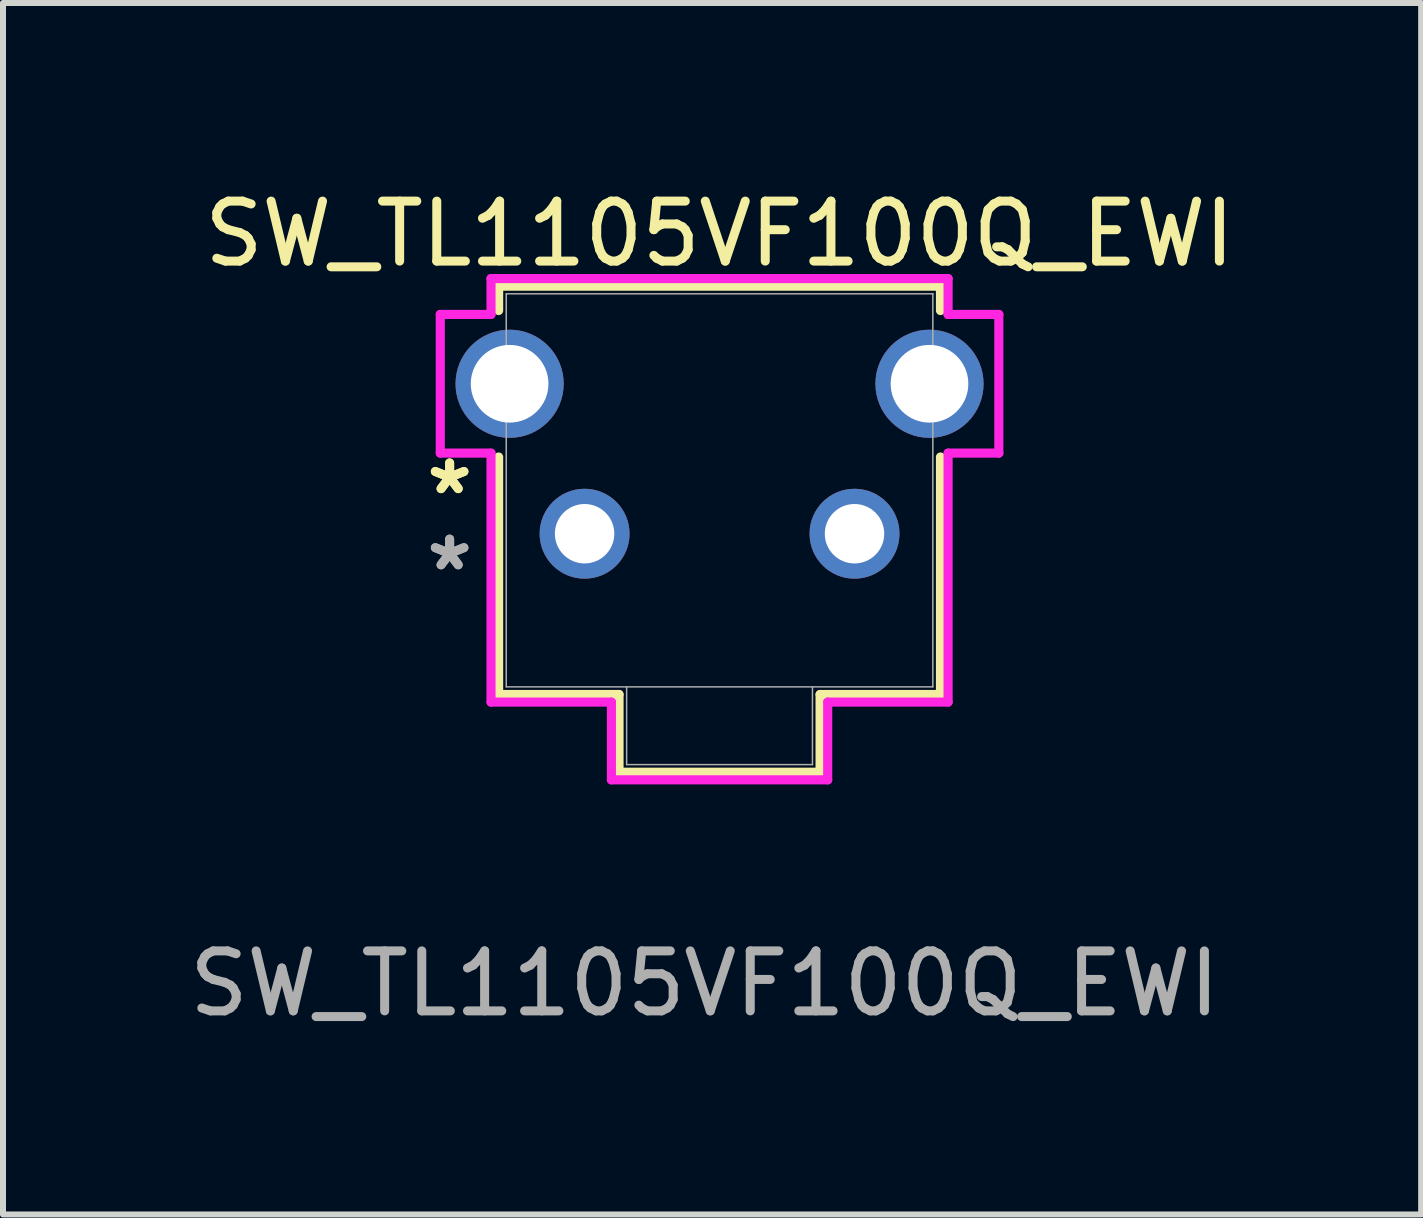
<source format=kicad_pcb>
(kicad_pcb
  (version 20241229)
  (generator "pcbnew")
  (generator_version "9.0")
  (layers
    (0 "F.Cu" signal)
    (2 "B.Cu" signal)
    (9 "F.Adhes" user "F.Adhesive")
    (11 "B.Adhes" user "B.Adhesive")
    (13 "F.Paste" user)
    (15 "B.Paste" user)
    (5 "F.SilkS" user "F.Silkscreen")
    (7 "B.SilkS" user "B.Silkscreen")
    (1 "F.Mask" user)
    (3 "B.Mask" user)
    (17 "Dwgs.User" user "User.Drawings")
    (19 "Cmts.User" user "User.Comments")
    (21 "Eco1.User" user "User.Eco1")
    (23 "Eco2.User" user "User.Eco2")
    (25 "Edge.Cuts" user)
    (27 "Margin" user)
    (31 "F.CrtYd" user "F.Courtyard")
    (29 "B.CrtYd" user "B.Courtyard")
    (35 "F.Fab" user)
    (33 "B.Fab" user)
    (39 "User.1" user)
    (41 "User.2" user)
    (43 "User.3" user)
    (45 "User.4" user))
  (footprint "SW_TL1105VF100Q_EWI"
    (layer "F.Cu")
    (at 6.696 5.848)
    (property "Reference" "SW_TL1105VF100Q_EWI" (at 2.25 -5 0) (unlocked yes) (layer "F.SilkS") (effects (font (size 1 1) (thickness 0.15))))
    (attr through_hole)
    (fp_line (start -1.433 -4.127) (end -1.433 -3.721) (stroke (width 0.152) (type solid)) (layer "F.SilkS"))
    (fp_line (start -1.433 -1.279) (end -1.433 2.68) (stroke (width 0.152) (type solid)) (layer "F.SilkS"))
    (fp_line (start -1.433 2.68) (end 0.574 2.68) (stroke (width 0.152) (type solid)) (layer "F.SilkS"))
    (fp_line (start 0.574 2.68) (end 0.574 3.976) (stroke (width 0.152) (type solid)) (layer "F.SilkS"))
    (fp_line (start 0.574 3.976) (end 3.926 3.976) (stroke (width 0.152) (type solid)) (layer "F.SilkS"))
    (fp_line (start 3.926 2.68) (end 5.933 2.68) (stroke (width 0.152) (type solid)) (layer "F.SilkS"))
    (fp_line (start 3.926 3.976) (end 3.926 2.68) (stroke (width 0.152) (type solid)) (layer "F.SilkS"))
    (fp_line (start 5.933 -4.127) (end -1.433 -4.127) (stroke (width 0.152) (type solid)) (layer "F.SilkS"))
    (fp_line (start 5.933 -3.721) (end 5.933 -4.127) (stroke (width 0.152) (type solid)) (layer "F.SilkS"))
    (fp_line (start 5.933 2.68) (end 5.933 -1.279) (stroke (width 0.152) (type solid)) (layer "F.SilkS"))
    (fp_line (start -2.406 -3.656) (end -2.406 -1.344) (stroke (width 0.152) (type solid)) (layer "F.CrtYd"))
    (fp_line (start -2.406 -1.344) (end -1.56 -1.344) (stroke (width 0.152) (type solid)) (layer "F.CrtYd"))
    (fp_line (start -1.56 -4.254) (end -1.56 -3.656) (stroke (width 0.152) (type solid)) (layer "F.CrtYd"))
    (fp_line (start -1.56 -3.656) (end -2.406 -3.656) (stroke (width 0.152) (type solid)) (layer "F.CrtYd"))
    (fp_line (start -1.56 -1.344) (end -1.56 2.807) (stroke (width 0.152) (type solid)) (layer "F.CrtYd"))
    (fp_line (start -1.56 2.807) (end 0.447 2.807) (stroke (width 0.152) (type solid)) (layer "F.CrtYd"))
    (fp_line (start 0.447 2.807) (end 0.447 4.103) (stroke (width 0.152) (type solid)) (layer "F.CrtYd"))
    (fp_line (start 0.447 4.103) (end 4.053 4.103) (stroke (width 0.152) (type solid)) (layer "F.CrtYd"))
    (fp_line (start 4.053 2.807) (end 6.06 2.807) (stroke (width 0.152) (type solid)) (layer "F.CrtYd"))
    (fp_line (start 4.053 4.103) (end 4.053 2.807) (stroke (width 0.152) (type solid)) (layer "F.CrtYd"))
    (fp_line (start 6.06 -4.254) (end -1.56 -4.254) (stroke (width 0.152) (type solid)) (layer "F.CrtYd"))
    (fp_line (start 6.06 -3.656) (end 6.06 -4.254) (stroke (width 0.152) (type solid)) (layer "F.CrtYd"))
    (fp_line (start 6.06 -1.344) (end 6.906 -1.344) (stroke (width 0.152) (type solid)) (layer "F.CrtYd"))
    (fp_line (start 6.06 2.807) (end 6.06 -1.344) (stroke (width 0.152) (type solid)) (layer "F.CrtYd"))
    (fp_line (start 6.906 -3.656) (end 6.06 -3.656) (stroke (width 0.152) (type solid)) (layer "F.CrtYd"))
    (fp_line (start 6.906 -1.344) (end 6.906 -3.656) (stroke (width 0.152) (type solid)) (layer "F.CrtYd"))
    (fp_line (start -1.306 -4) (end 5.806 -4) (stroke (width 0.025) (type solid)) (layer "F.Fab"))
    (fp_line (start -1.306 2.553) (end -1.306 -4) (stroke (width 0.025) (type solid)) (layer "F.Fab"))
    (fp_line (start 0.701 2.553) (end 0.701 3.849) (stroke (width 0.025) (type solid)) (layer "F.Fab"))
    (fp_line (start 0.701 3.849) (end 3.799 3.849) (stroke (width 0.025) (type solid)) (layer "F.Fab"))
    (fp_line (start 3.799 2.553) (end 3.799 3.849) (stroke (width 0.025) (type solid)) (layer "F.Fab"))
    (fp_line (start 5.806 -4) (end 5.806 2.553) (stroke (width 0.025) (type solid)) (layer "F.Fab"))
    (fp_line (start 5.806 2.553) (end -1.306 2.553) (stroke (width 0.025) (type solid)) (layer "F.Fab"))
    (fp_text user "*" (at -2.25 -0.635 0) (layer "F.SilkS") (effects (font (size 1 1) (thickness 0.15))))
    (fp_text user "*" (at -2.25 -0.635 0) (unlocked yes) (layer "F.SilkS") (effects (font (size 1 1) (thickness 0.15))))
    (fp_text user "${REFERENCE}" (at 2 7.5 0) (unlocked yes) (layer "F.Fab") (effects (font (size 1 1) (thickness 0.15))))
    (fp_text user "*" (at -2.25 0.635 0) (unlocked yes) (layer "F.Fab") (effects (font (size 1 1) (thickness 0.15))))
    (fp_text user "*" (at -2.25 0.635 0) (layer "F.Fab") (effects (font (size 1 1) (thickness 0.15))))
    (pad "1" thru_hole circle (at 0 0) (size 1.499 1.499) (drill 0.991) (layers "*.Cu" "*.Mask"))
    (pad "2" thru_hole circle (at 4.5 0) (size 1.499 1.499) (drill 0.991) (layers "*.Cu" "*.Mask"))
    (pad "3" thru_hole circle (at -1.25 -2.5) (size 1.803 1.803) (drill 1.295) (layers "*.Cu" "*.Mask"))
    (pad "4" thru_hole circle (at 5.75 -2.5) (size 1.803 1.803) (drill 1.295) (layers "*.Cu" "*.Mask")))
  (gr_rect
    (start -3 -3)
    (end 20.643 17.197)
    (stroke (width 0.1) (type default))
    (fill no)
    (layer "Edge.Cuts")))
</source>
